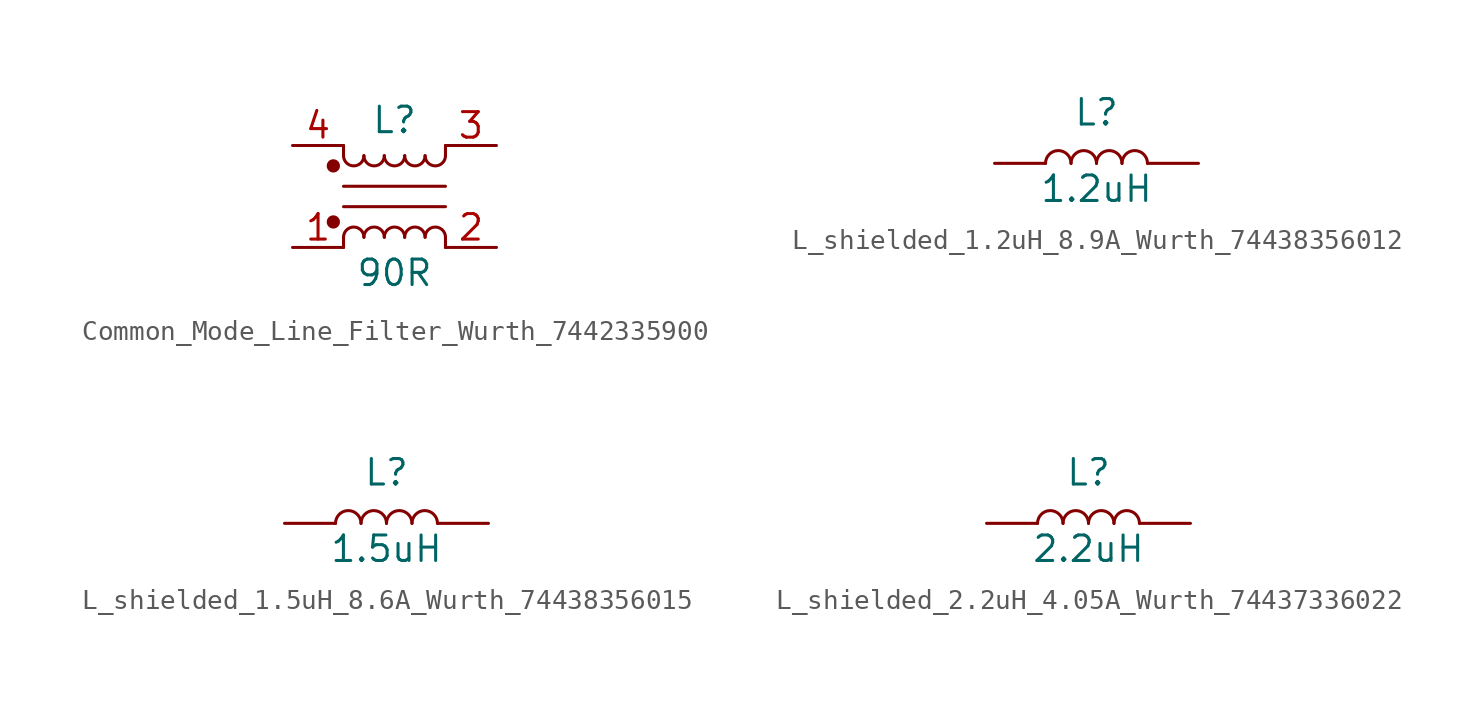
<source format=kicad_sym>
(kicad_symbol_lib
  (version 20220914)
  (generator kicad_symbol_editor)
  (symbol "Common_Mode_Line_Filter_Wurth_7442335900"
    (pin_names
      (offset 1.016) hide)
    (property "Reference" "L"
      (at 0 3.81 0)
      (effects (font (size 1.27 1.27))))
    (property "Value" "90R"
      (at 0 -3.81 0)
      (effects (font (size 1.27 1.27))))
    (symbol "Common_Mode_Line_Filter_Wurth_7442335900_0_1"
      (circle (center -3.048 -1.27) (radius 0.254) (stroke (width 0) (type solid)) (fill (type outline)))
      (circle (center -3.048 1.524) (radius 0.254) (stroke (width 0) (type solid)) (fill (type outline)))
      (arc (start -2.54 2.032) (mid -2.032 1.5262) (end -1.524 2.032) (stroke (width 0) (type solid)) (fill (type none)))
      (arc (start -1.524 -2.032) (mid -2.032 -1.5262) (end -2.54 -2.032) (stroke (width 0) (type solid)) (fill (type none)))
      (arc (start -1.524 2.032) (mid -1.016 1.5262) (end -0.508 2.032) (stroke (width 0) (type solid)) (fill (type none)))
      (arc (start -0.508 -2.032) (mid -1.016 -1.5262) (end -1.524 -2.032) (stroke (width 0) (type solid)) (fill (type none)))
      (arc (start -0.508 2.032) (mid 0 1.5262) (end 0.508 2.032) (stroke (width 0) (type solid)) (fill (type none)))
      (polyline (pts (xy -2.54 -2.032) (xy -2.54 -2.54)) (stroke (width 0) (type solid)) (fill (type none)))
      (polyline (pts (xy -2.54 0.508) (xy 2.54 0.508)) (stroke (width 0) (type solid)) (fill (type none)))
      (polyline (pts (xy -2.54 2.032) (xy -2.54 2.54)) (stroke (width 0) (type solid)) (fill (type none)))
      (polyline (pts (xy 2.54 -2.032) (xy 2.54 -2.54)) (stroke (width 0) (type solid)) (fill (type none)))
      (polyline (pts (xy 2.54 -0.508) (xy -2.54 -0.508)) (stroke (width 0) (type solid)) (fill (type none)))
      (polyline (pts (xy 2.54 2.54) (xy 2.54 2.032)) (stroke (width 0) (type solid)) (fill (type none)))
      (arc (start 0.508 -2.032) (mid 0 -1.5262) (end -0.508 -2.032) (stroke (width 0) (type solid)) (fill (type none)))
      (arc (start 0.508 2.032) (mid 1.016 1.5262) (end 1.524 2.032) (stroke (width 0) (type solid)) (fill (type none)))
      (arc (start 1.524 -2.032) (mid 1.016 -1.5262) (end 0.508 -2.032) (stroke (width 0) (type solid)) (fill (type none)))
      (arc (start 1.524 2.032) (mid 2.032 1.5262) (end 2.54 2.032) (stroke (width 0) (type solid)) (fill (type none)))
      (arc (start 2.54 -2.032) (mid 2.032 -1.5262) (end 1.524 -2.032) (stroke (width 0) (type solid)) (fill (type none))))
    (symbol "Common_Mode_Line_Filter_Wurth_7442335900_1_1"
      (pin passive line (at -5.08 -2.54 0) (length 2.54) (name "1" (effects (font (size 1.27 1.27)))) (number "1" (effects (font (size 1.27 1.27)))))
      (pin passive line (at 5.08 -2.54 180) (length 2.54) (name "2" (effects (font (size 1.27 1.27)))) (number "2" (effects (font (size 1.27 1.27)))))
      (pin passive line (at 5.08 2.54 180) (length 2.54) (name "3" (effects (font (size 1.27 1.27)))) (number "3" (effects (font (size 1.27 1.27)))))
      (pin passive line (at -5.08 2.54 0) (length 2.54) (name "4" (effects (font (size 1.27 1.27)))) (number "4" (effects (font (size 1.27 1.27)))))))
  (symbol "L_shielded_1.2uH_8.9A_Wurth_74438356012"
    (pin_numbers hide)
    (pin_names
      (offset 1.016) hide)
    (property "Reference" "L"
      (at 0 2.54 0)
      (effects (font (size 1.27 1.27))))
    (property "Value" "1.2uH"
      (at 0 -1.27 0)
      (effects (font (size 1.27 1.27))))
    (symbol "L_shielded_1.2uH_8.9A_Wurth_74438356012_0_1"
      (arc (start -1.27 0) (mid -1.905 0.6323) (end -2.54 0) (stroke (width 0) (type solid)) (fill (type none)))
      (arc (start 0 0) (mid -0.635 0.6323) (end -1.27 0) (stroke (width 0) (type solid)) (fill (type none)))
      (arc (start 1.27 0) (mid 0.635 0.6323) (end 0 0) (stroke (width 0) (type solid)) (fill (type none)))
      (arc (start 2.54 0) (mid 1.905 0.6323) (end 1.27 0) (stroke (width 0) (type solid)) (fill (type none))))
    (symbol "L_shielded_1.2uH_8.9A_Wurth_74438356012_1_1"
      (pin passive line (at -5.08 0 0) (length 2.54) (name "1" (effects (font (size 1.27 1.27)))) (number "1" (effects (font (size 1.27 1.27)))))
      (pin passive line (at 5.08 0 180) (length 2.54) (name "2" (effects (font (size 1.27 1.27)))) (number "2" (effects (font (size 1.27 1.27)))))))
  (symbol "L_shielded_1.5uH_8.6A_Wurth_74438356015"
    (pin_numbers hide)
    (pin_names
      (offset 1.016) hide)
    (property "Reference" "L"
      (at 0 2.54 0)
      (effects (font (size 1.27 1.27))))
    (property "Value" "1.5uH"
      (at 0 -1.27 0)
      (effects (font (size 1.27 1.27))))
    (symbol "L_shielded_1.5uH_8.6A_Wurth_74438356015_0_1"
      (arc (start -1.27 0) (mid -1.905 0.6323) (end -2.54 0) (stroke (width 0) (type solid)) (fill (type none)))
      (arc (start 0 0) (mid -0.635 0.6323) (end -1.27 0) (stroke (width 0) (type solid)) (fill (type none)))
      (arc (start 1.27 0) (mid 0.635 0.6323) (end 0 0) (stroke (width 0) (type solid)) (fill (type none)))
      (arc (start 2.54 0) (mid 1.905 0.6323) (end 1.27 0) (stroke (width 0) (type solid)) (fill (type none))))
    (symbol "L_shielded_1.5uH_8.6A_Wurth_74438356015_1_1"
      (pin passive line (at -5.08 0 0) (length 2.54) (name "1" (effects (font (size 1.27 1.27)))) (number "1" (effects (font (size 1.27 1.27)))))
      (pin passive line (at 5.08 0 180) (length 2.54) (name "2" (effects (font (size 1.27 1.27)))) (number "2" (effects (font (size 1.27 1.27)))))))
  (symbol "L_shielded_2.2uH_4.05A_Wurth_74437336022"
    (pin_numbers hide)
    (pin_names
      (offset 1.016) hide)
    (property "Reference" "L"
      (at 0 2.54 0)
      (effects (font (size 1.27 1.27))))
    (property "Value" "2.2uH"
      (at 0 -1.27 0)
      (effects (font (size 1.27 1.27))))
    (symbol "L_shielded_2.2uH_4.05A_Wurth_74437336022_0_1"
      (arc (start -1.27 0) (mid -1.905 0.6323) (end -2.54 0) (stroke (width 0) (type solid)) (fill (type none)))
      (arc (start 0 0) (mid -0.635 0.6323) (end -1.27 0) (stroke (width 0) (type solid)) (fill (type none)))
      (arc (start 1.27 0) (mid 0.635 0.6323) (end 0 0) (stroke (width 0) (type solid)) (fill (type none)))
      (arc (start 2.54 0) (mid 1.905 0.6323) (end 1.27 0) (stroke (width 0) (type solid)) (fill (type none))))
    (symbol "L_shielded_2.2uH_4.05A_Wurth_74437336022_1_1"
      (pin passive line (at -5.08 0 0) (length 2.54) (name "1" (effects (font (size 1.27 1.27)))) (number "1" (effects (font (size 1.27 1.27)))))
      (pin passive line (at 5.08 0 180) (length 2.54) (name "2" (effects (font (size 1.27 1.27)))) (number "2" (effects (font (size 1.27 1.27))))))))
</source>
